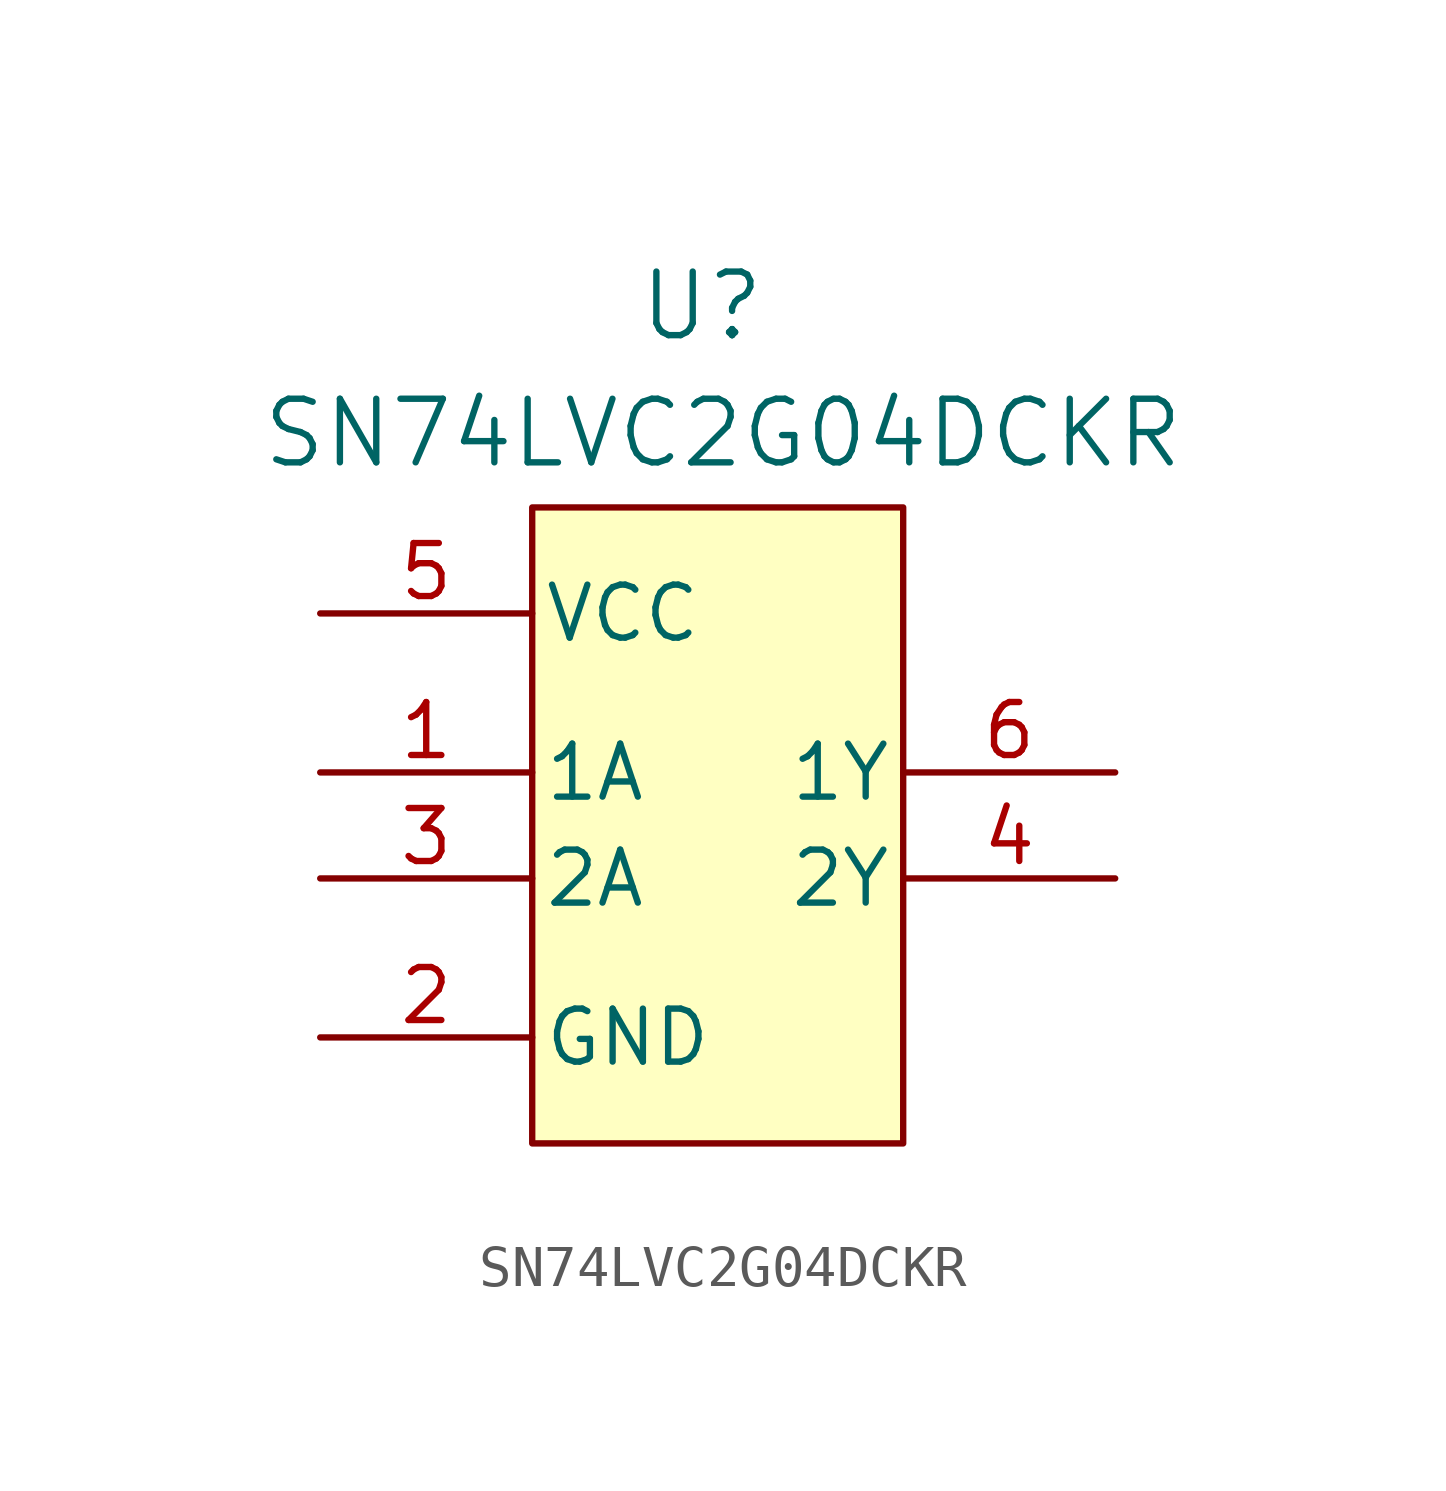
<source format=kicad_sym>
(kicad_symbol_lib
  (version 20241209)
  (generator "kicad_symbol_editor")
  (generator_version "9.0")
  (symbol "SN74LVC2G04DCKR"
    (pin_names
      (offset 0.254))
    (property "Reference" "U"
      (at -8.636 14.986 0)
      (effects (font (size 1.524 1.524))))
    (property "Value" "SN74LVC2G04DCKR"
      (at -8.128 11.938 0)
      (effects (font (size 1.524 1.524))))
    (property "ki_locked" ""
      (at 0 0 0)
      (effects (font (size 1.27 1.27))))
    (symbol "SN74LVC2G04DCKR_0_1"
      (pin power_in line (at -17.78 7.62 0) (length 5.08) (name "VCC" (effects (font (size 1.27 1.27)))) (number "5" (effects (font (size 1.27 1.27)))))
      (pin input line (at -17.78 3.81 0) (length 5.08) (name "1A" (effects (font (size 1.27 1.27)))) (number "1" (effects (font (size 1.27 1.27)))))
      (pin input line (at -17.78 1.27 0) (length 5.08) (name "2A" (effects (font (size 1.27 1.27)))) (number "3" (effects (font (size 1.27 1.27)))))
      (pin power_in line (at -17.78 -2.54 0) (length 5.08) (name "GND" (effects (font (size 1.27 1.27)))) (number "2" (effects (font (size 1.27 1.27)))))
      (pin output line (at 1.27 3.81 180) (length 5.08) (name "1Y" (effects (font (size 1.27 1.27)))) (number "6" (effects (font (size 1.27 1.27)))))
      (pin output line (at 1.27 1.27 180) (length 5.08) (name "2Y" (effects (font (size 1.27 1.27)))) (number "4" (effects (font (size 1.27 1.27))))))
    (symbol "SN74LVC2G04DCKR_1_1"
      (rectangle (start -12.7 10.16) (end -3.81 -5.08) (stroke (width 0) (type default)) (fill (type background))))))
</source>
